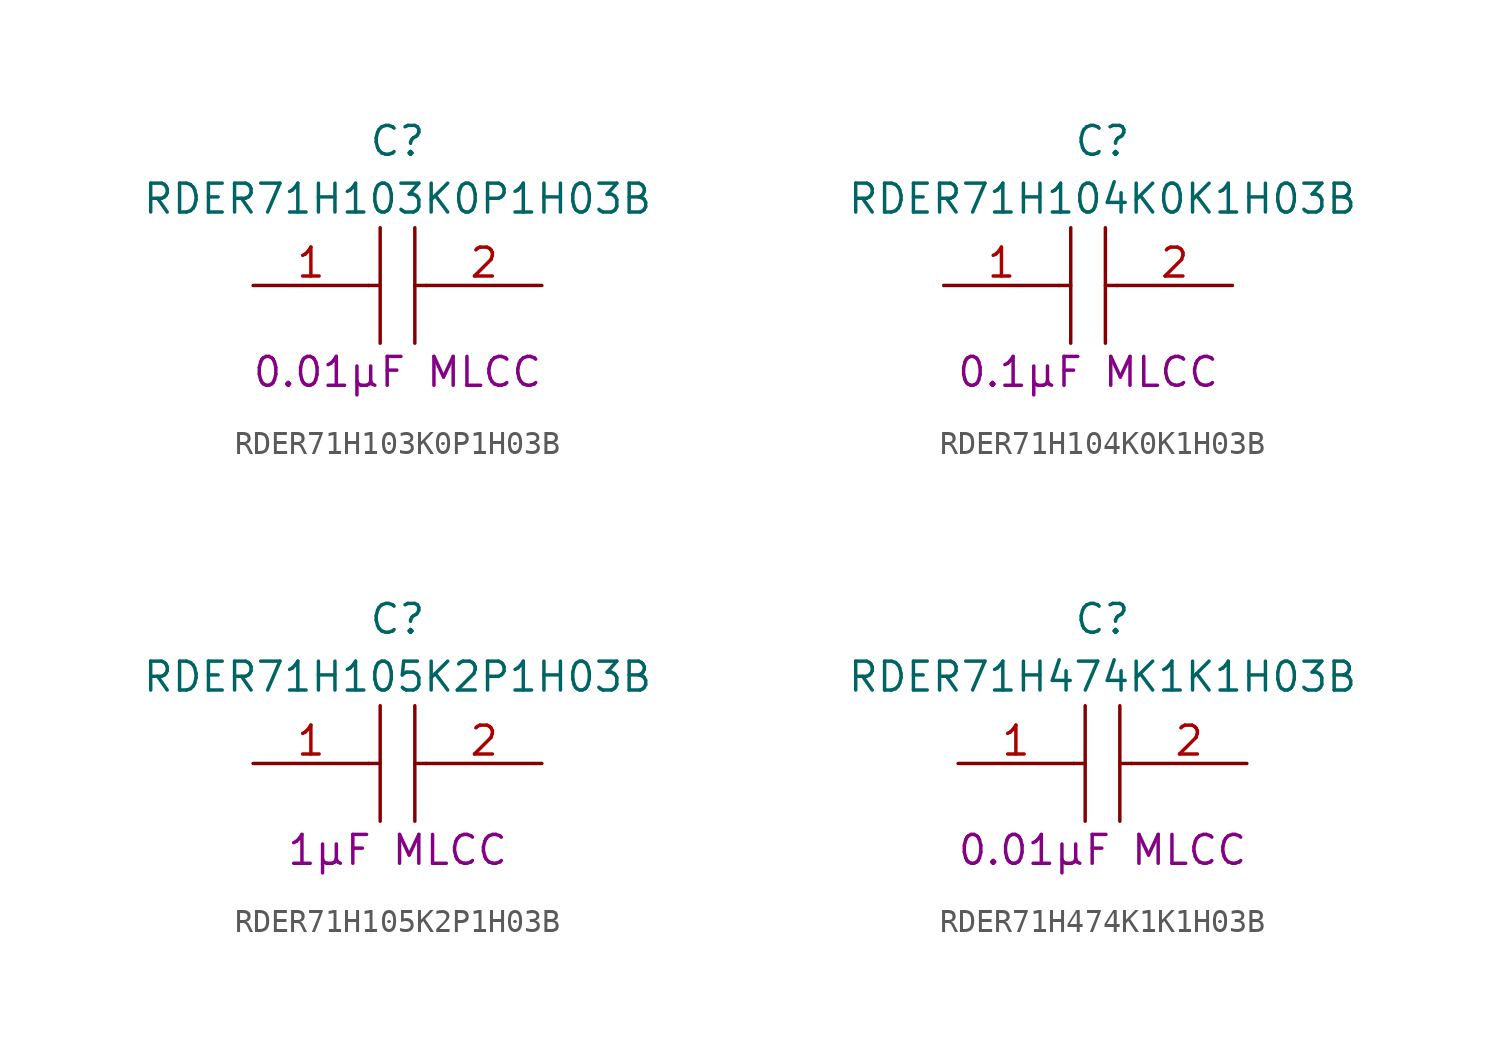
<source format=kicad_sym>
(kicad_symbol_lib
  (version 20220914)
  (generator kicad_symbol_editor)
  (symbol "RDER71H103K0P1H03B"
    (pin_names
      (offset 0.762))
    (property "Reference" "C"
      (at 6.35 6.35 0)
      (effects (font (size 1.27 1.27))))
    (property "Value" "RDER71H103K0P1H03B"
      (at 6.35 3.81 0)
      (effects (font (size 1.27 1.27))))
    (property "Description" "0.01µF MLCC"
      (at 6.35 -3.81 0)
      (effects (font (size 1.27 1.27))))
    (symbol "RDER71H103K0P1H03B_0_0"
      (pin passive line (at 0 0 0) (length 5.08) (name "~" (effects (font (size 1.27 1.27)))) (number "1" (effects (font (size 1.27 1.27)))))
      (pin passive line (at 12.7 0 180) (length 5.08) (name "~" (effects (font (size 1.27 1.27)))) (number "2" (effects (font (size 1.27 1.27))))))
    (symbol "RDER71H103K0P1H03B_0_1"
      (polyline (pts (xy 5.08 0) (xy 5.588 0)) (stroke (width 0.152) (type default)) (fill (type background)))
      (polyline (pts (xy 5.588 2.54) (xy 5.588 -2.54)) (stroke (width 0.152) (type default)) (fill (type background)))
      (polyline (pts (xy 7.112 0) (xy 7.62 0)) (stroke (width 0.152) (type default)) (fill (type background)))
      (polyline (pts (xy 7.112 2.54) (xy 7.112 -2.54)) (stroke (width 0.152) (type default)) (fill (type background)))))
  (symbol "RDER71H104K0K1H03B"
    (pin_names
      (offset 0.762))
    (property "Reference" "C"
      (at 6.985 6.35 0)
      (effects (font (size 1.27 1.27))))
    (property "Value" "RDER71H104K0K1H03B"
      (at 6.985 3.81 0)
      (effects (font (size 1.27 1.27))))
    (property "Description" "0.1µF MLCC"
      (at 6.35 -3.81 0)
      (effects (font (size 1.27 1.27))))
    (symbol "RDER71H104K0K1H03B_0_0"
      (pin passive line (at 0 0 0) (length 5.08) (name "~" (effects (font (size 1.27 1.27)))) (number "1" (effects (font (size 1.27 1.27)))))
      (pin passive line (at 12.7 0 180) (length 5.08) (name "~" (effects (font (size 1.27 1.27)))) (number "2" (effects (font (size 1.27 1.27))))))
    (symbol "RDER71H104K0K1H03B_0_1"
      (polyline (pts (xy 5.08 0) (xy 5.588 0)) (stroke (width 0.152) (type default)) (fill (type background)))
      (polyline (pts (xy 5.588 2.54) (xy 5.588 -2.54)) (stroke (width 0.152) (type default)) (fill (type background)))
      (polyline (pts (xy 7.112 0) (xy 7.62 0)) (stroke (width 0.152) (type default)) (fill (type background)))
      (polyline (pts (xy 7.112 2.54) (xy 7.112 -2.54)) (stroke (width 0.152) (type default)) (fill (type background)))))
  (symbol "RDER71H105K2P1H03B"
    (pin_names
      (offset 0.762))
    (property "Reference" "C"
      (at 6.35 6.35 0)
      (effects (font (size 1.27 1.27))))
    (property "Value" "RDER71H105K2P1H03B"
      (at 6.35 3.81 0)
      (effects (font (size 1.27 1.27))))
    (property "Description" "1µF MLCC"
      (at 6.35 -3.81 0)
      (effects (font (size 1.27 1.27))))
    (symbol "RDER71H105K2P1H03B_0_0"
      (pin passive line (at 0 0 0) (length 5.08) (name "~" (effects (font (size 1.27 1.27)))) (number "1" (effects (font (size 1.27 1.27)))))
      (pin passive line (at 12.7 0 180) (length 5.08) (name "~" (effects (font (size 1.27 1.27)))) (number "2" (effects (font (size 1.27 1.27))))))
    (symbol "RDER71H105K2P1H03B_0_1"
      (polyline (pts (xy 5.08 0) (xy 5.588 0)) (stroke (width 0.152) (type default)) (fill (type background)))
      (polyline (pts (xy 5.588 2.54) (xy 5.588 -2.54)) (stroke (width 0.152) (type default)) (fill (type background)))
      (polyline (pts (xy 7.112 0) (xy 7.62 0)) (stroke (width 0.152) (type default)) (fill (type background)))
      (polyline (pts (xy 7.112 2.54) (xy 7.112 -2.54)) (stroke (width 0.152) (type default)) (fill (type background)))))
  (symbol "RDER71H474K1K1H03B"
    (pin_names
      (offset 0.762))
    (property "Reference" "C"
      (at 6.35 6.35 0)
      (effects (font (size 1.27 1.27))))
    (property "Value" "RDER71H474K1K1H03B"
      (at 6.35 3.81 0)
      (effects (font (size 1.27 1.27))))
    (property "Description" "0.01µF MLCC"
      (at 6.35 -3.81 0)
      (effects (font (size 1.27 1.27))))
    (symbol "RDER71H474K1K1H03B_0_0"
      (pin passive line (at 0 0 0) (length 5.08) (name "~" (effects (font (size 1.27 1.27)))) (number "1" (effects (font (size 1.27 1.27)))))
      (pin passive line (at 12.7 0 180) (length 5.08) (name "~" (effects (font (size 1.27 1.27)))) (number "2" (effects (font (size 1.27 1.27))))))
    (symbol "RDER71H474K1K1H03B_0_1"
      (polyline (pts (xy 5.08 0) (xy 5.588 0)) (stroke (width 0.152) (type default)) (fill (type background)))
      (polyline (pts (xy 5.588 2.54) (xy 5.588 -2.54)) (stroke (width 0.152) (type default)) (fill (type background)))
      (polyline (pts (xy 7.112 0) (xy 7.62 0)) (stroke (width 0.152) (type default)) (fill (type background)))
      (polyline (pts (xy 7.112 2.54) (xy 7.112 -2.54)) (stroke (width 0.152) (type default)) (fill (type background))))))
</source>
